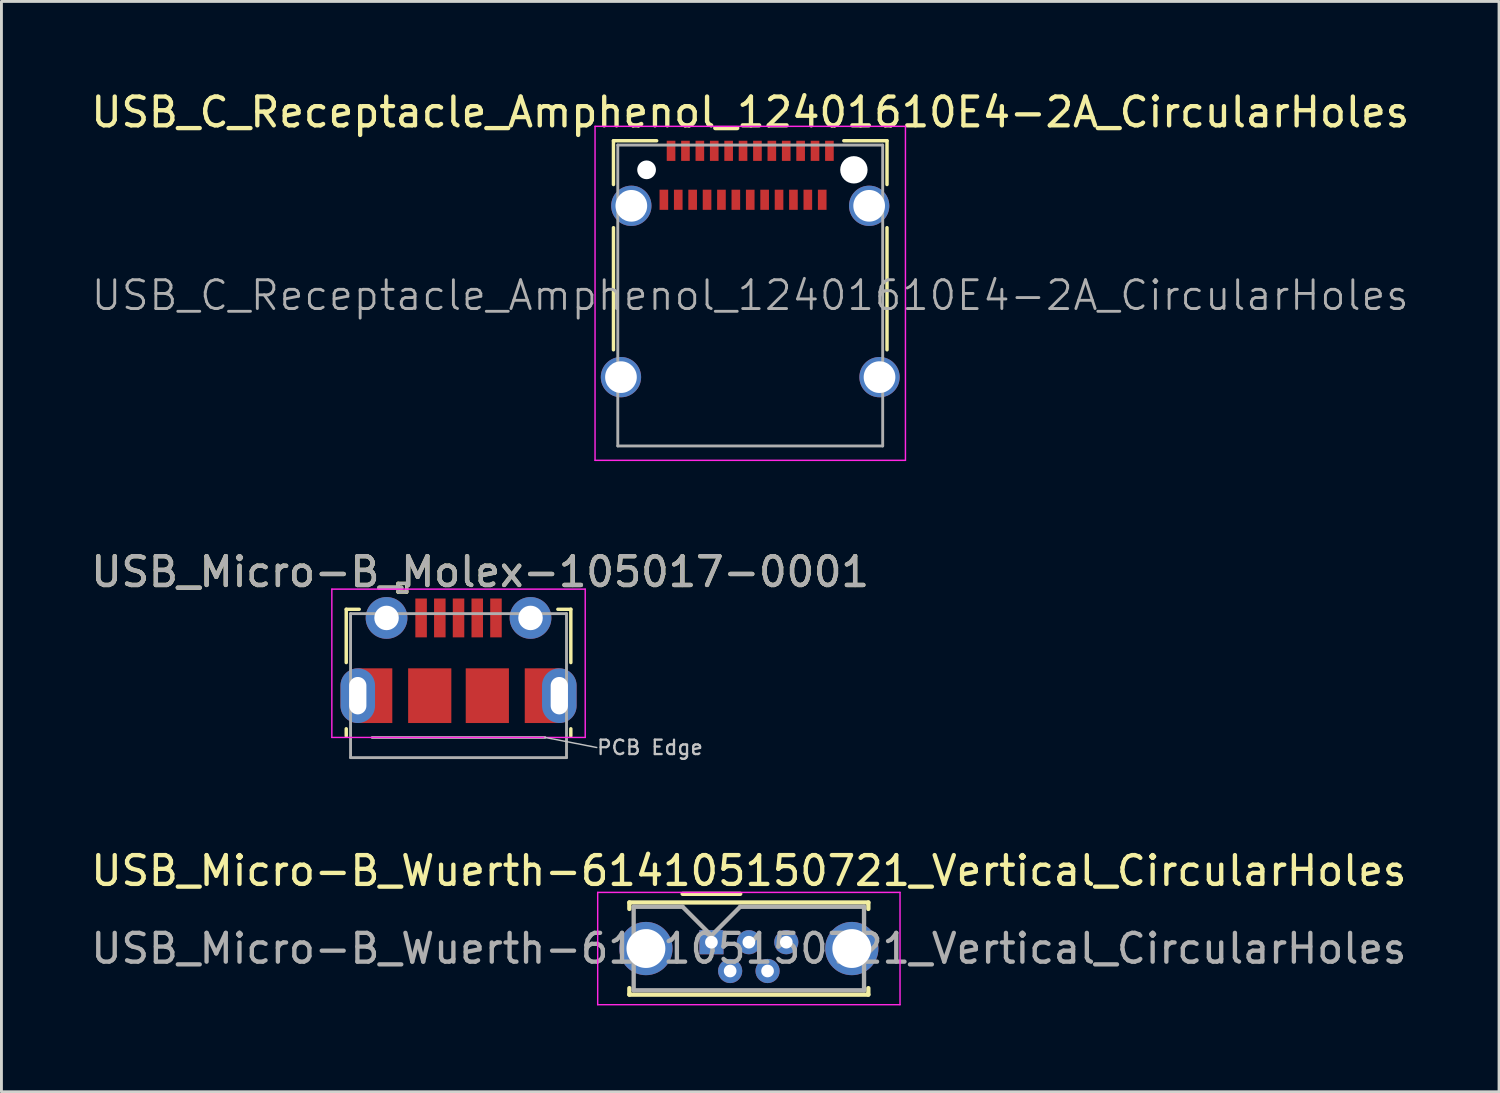
<source format=kicad_pcb>
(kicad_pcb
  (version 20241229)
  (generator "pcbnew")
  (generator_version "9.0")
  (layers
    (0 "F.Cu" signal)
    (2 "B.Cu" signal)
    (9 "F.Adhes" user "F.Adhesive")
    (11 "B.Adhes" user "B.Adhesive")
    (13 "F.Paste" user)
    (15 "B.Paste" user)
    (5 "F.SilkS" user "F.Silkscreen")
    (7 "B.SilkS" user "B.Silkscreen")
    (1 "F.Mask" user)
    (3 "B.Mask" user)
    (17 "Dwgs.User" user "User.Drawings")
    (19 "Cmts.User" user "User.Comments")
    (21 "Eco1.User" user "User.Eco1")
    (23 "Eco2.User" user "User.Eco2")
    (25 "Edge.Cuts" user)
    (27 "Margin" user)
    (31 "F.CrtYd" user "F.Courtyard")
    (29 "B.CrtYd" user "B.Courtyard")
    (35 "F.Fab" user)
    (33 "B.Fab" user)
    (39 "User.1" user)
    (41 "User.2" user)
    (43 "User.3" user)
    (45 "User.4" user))
  (footprint "USB_Micro-B_Wuerth-614105150721_Vertical_CircularHoles"
    (layer "F.Cu")
    (at 21.658 29.673)
    (property "Reference" "USB_Micro-B_Wuerth-614105150721_Vertical_CircularHoles" (at 1.3 -2.48 0) (layer "F.SilkS") (effects (font (size 1 1) (thickness 0.15))))
    (attr through_hole)
    (fp_line (start -2.85 -1.38) (end 5.45 -1.38) (stroke (width 0.15) (type solid)) (layer "F.SilkS"))
    (fp_line (start -2.85 -1.155) (end -2.85 -1.38) (stroke (width 0.15) (type solid)) (layer "F.SilkS"))
    (fp_line (start -2.85 1.595) (end -2.85 1.82) (stroke (width 0.15) (type solid)) (layer "F.SilkS"))
    (fp_line (start -2.85 1.82) (end 5.45 1.82) (stroke (width 0.15) (type solid)) (layer "F.SilkS"))
    (fp_line (start -1 -1.68) (end 1 -1.68) (stroke (width 0.15) (type solid)) (layer "F.SilkS"))
    (fp_line (start 5.45 -1.38) (end 5.45 -1.155) (stroke (width 0.15) (type solid)) (layer "F.SilkS"))
    (fp_line (start 5.45 1.82) (end 5.45 1.595) (stroke (width 0.15) (type solid)) (layer "F.SilkS"))
    (fp_line (start -3.95 -1.73) (end -3.95 2.17) (stroke (width 0.05) (type solid)) (layer "F.CrtYd"))
    (fp_line (start -3.95 2.17) (end 6.55 2.17) (stroke (width 0.05) (type solid)) (layer "F.CrtYd"))
    (fp_line (start 6.55 -1.73) (end -3.95 -1.73) (stroke (width 0.05) (type solid)) (layer "F.CrtYd"))
    (fp_line (start 6.55 2.17) (end 6.55 -1.73) (stroke (width 0.05) (type solid)) (layer "F.CrtYd"))
    (fp_line (start -2.7 -1.23) (end -1 -1.23) (stroke (width 0.15) (type solid)) (layer "F.Fab"))
    (fp_line (start -2.7 1.67) (end -2.7 -1.23) (stroke (width 0.15) (type solid)) (layer "F.Fab"))
    (fp_line (start -1 -1.23) (end 0 -0.23) (stroke (width 0.15) (type solid)) (layer "F.Fab"))
    (fp_line (start 0 -0.23) (end 1 -1.23) (stroke (width 0.15) (type solid)) (layer "F.Fab"))
    (fp_line (start 1 -1.23) (end 5.3 -1.23) (stroke (width 0.15) (type solid)) (layer "F.Fab"))
    (fp_line (start 5.3 -1.23) (end 5.3 1.67) (stroke (width 0.15) (type solid)) (layer "F.Fab"))
    (fp_line (start 5.3 1.67) (end -2.7 1.67) (stroke (width 0.15) (type solid)) (layer "F.Fab"))
    (fp_text user "${REFERENCE}" (at 1.3 0.22 0) (layer "F.Fab") (effects (font (size 1 1) (thickness 0.15))))
    (pad "1" thru_hole rect (at 0 0) (size 0.84 0.84) (drill 0.44) (layers "*.Cu" "*.Mask"))
    (pad "2" thru_hole circle (at 0.65 1) (size 0.84 0.84) (drill 0.44) (layers "*.Cu" "*.Mask"))
    (pad "3" thru_hole circle (at 1.3 0) (size 0.84 0.84) (drill 0.44) (layers "*.Cu" "*.Mask"))
    (pad "4" thru_hole circle (at 1.95 1) (size 0.84 0.84) (drill 0.44) (layers "*.Cu" "*.Mask"))
    (pad "5" thru_hole circle (at 2.6 0) (size 0.84 0.84) (drill 0.44) (layers "*.Cu" "*.Mask"))
    (pad "6" thru_hole circle (at -2.275 0.22) (size 1.85 1.85) (drill 1.35) (layers "*.Cu" "*.Mask"))
    (pad "6" thru_hole circle (at 4.875 0.22) (size 1.85 1.85) (drill 1.35) (layers "*.Cu" "*.Mask")))
  (footprint "USB_C_Receptacle_Amphenol_12401610E4-2A_CircularHoles"
    (layer "F.Cu")
    (at 23.006 7.208)
    (property "Reference" "USB_C_Receptacle_Amphenol_12401610E4-2A_CircularHoles" (at 0 -6.36 0) (layer "F.SilkS") (effects (font (size 1 1) (thickness 0.15))))
    (attr smd)
    (fp_line (start -4.75 -5.37) (end -4.75 -3.85) (stroke (width 0.12) (type solid)) (layer "F.SilkS"))
    (fp_line (start -4.75 -5.37) (end -3.25 -5.37) (stroke (width 0.12) (type solid)) (layer "F.SilkS"))
    (fp_line (start -4.75 -2.35) (end -4.75 1.89) (stroke (width 0.12) (type solid)) (layer "F.SilkS"))
    (fp_line (start 3.25 -5.37) (end 4.75 -5.37) (stroke (width 0.12) (type solid)) (layer "F.SilkS"))
    (fp_line (start 4.75 -5.37) (end 4.75 -3.85) (stroke (width 0.12) (type solid)) (layer "F.SilkS"))
    (fp_line (start 4.75 -2.35) (end 4.75 1.89) (stroke (width 0.12) (type solid)) (layer "F.SilkS"))
    (fp_line (start -5.39 -5.87) (end 5.39 -5.87) (stroke (width 0.05) (type solid)) (layer "F.CrtYd"))
    (fp_line (start -5.39 5.73) (end -5.39 -5.87) (stroke (width 0.05) (type solid)) (layer "F.CrtYd"))
    (fp_line (start 5.39 -5.87) (end 5.39 5.73) (stroke (width 0.05) (type solid)) (layer "F.CrtYd"))
    (fp_line (start 5.39 5.73) (end -5.39 5.73) (stroke (width 0.05) (type solid)) (layer "F.CrtYd"))
    (fp_line (start -4.6 -5.22) (end 4.6 -5.22) (stroke (width 0.1) (type solid)) (layer "F.Fab"))
    (fp_line (start -4.6 5.23) (end -4.6 -5.22) (stroke (width 0.1) (type solid)) (layer "F.Fab"))
    (fp_line (start -4.6 5.23) (end 4.6 5.23) (stroke (width 0.1) (type solid)) (layer "F.Fab"))
    (fp_line (start 4.6 5.23) (end 4.6 -5.22) (stroke (width 0.1) (type solid)) (layer "F.Fab"))
    (fp_text user "${REFERENCE}" (at 0 0 0) (layer "F.Fab") (effects (font (size 1 1) (thickness 0.1))))
    (pad "" np_thru_hole circle (at -3.6 -4.36) (size 0.65 0.65) (drill 0.65) (layers "*.Cu" "*.Mask"))
    (pad "" np_thru_hole circle (at 3.6 -4.36) (size 0.95 0.95) (drill 0.95) (layers "*.Cu" "*.Mask"))
    (pad "A1" smd rect (at -2.75 -5.02) (size 0.3 0.7) (layers "F.Cu" "F.Mask" "F.Paste"))
    (pad "A2" smd rect (at -2.25 -5.02) (size 0.3 0.7) (layers "F.Cu" "F.Mask" "F.Paste"))
    (pad "A3" smd rect (at -1.75 -5.02) (size 0.3 0.7) (layers "F.Cu" "F.Mask" "F.Paste"))
    (pad "A4" smd rect (at -1.25 -5.02) (size 0.3 0.7) (layers "F.Cu" "F.Mask" "F.Paste"))
    (pad "A5" smd rect (at -0.75 -5.02) (size 0.3 0.7) (layers "F.Cu" "F.Mask" "F.Paste"))
    (pad "A6" smd rect (at -0.25 -5.02) (size 0.3 0.7) (layers "F.Cu" "F.Mask" "F.Paste"))
    (pad "A7" smd rect (at 0.25 -5.02) (size 0.3 0.7) (layers "F.Cu" "F.Mask" "F.Paste"))
    (pad "A8" smd rect (at 0.75 -5.02) (size 0.3 0.7) (layers "F.Cu" "F.Mask" "F.Paste"))
    (pad "A9" smd rect (at 1.25 -5.02) (size 0.3 0.7) (layers "F.Cu" "F.Mask" "F.Paste"))
    (pad "A10" smd rect (at 1.75 -5.02) (size 0.3 0.7) (layers "F.Cu" "F.Mask" "F.Paste"))
    (pad "A11" smd rect (at 2.25 -5.02) (size 0.3 0.7) (layers "F.Cu" "F.Mask" "F.Paste"))
    (pad "A12" smd rect (at 2.75 -5.02) (size 0.3 0.7) (layers "F.Cu" "F.Mask" "F.Paste"))
    (pad "B1" smd rect (at 2.5 -3.32) (size 0.3 0.7) (layers "F.Cu" "F.Mask" "F.Paste"))
    (pad "B2" smd rect (at 2 -3.32) (size 0.3 0.7) (layers "F.Cu" "F.Mask" "F.Paste"))
    (pad "B3" smd rect (at 1.5 -3.32) (size 0.3 0.7) (layers "F.Cu" "F.Mask" "F.Paste"))
    (pad "B4" smd rect (at 1 -3.32) (size 0.3 0.7) (layers "F.Cu" "F.Mask" "F.Paste"))
    (pad "B5" smd rect (at 0.5 -3.32) (size 0.3 0.7) (layers "F.Cu" "F.Mask" "F.Paste"))
    (pad "B6" smd rect (at 0 -3.32) (size 0.3 0.7) (layers "F.Cu" "F.Mask" "F.Paste"))
    (pad "B7" smd rect (at -0.5 -3.32) (size 0.3 0.7) (layers "F.Cu" "F.Mask" "F.Paste"))
    (pad "B8" smd rect (at -1 -3.32) (size 0.3 0.7) (layers "F.Cu" "F.Mask" "F.Paste"))
    (pad "B9" smd rect (at -1.5 -3.32) (size 0.3 0.7) (layers "F.Cu" "F.Mask" "F.Paste"))
    (pad "B10" smd rect (at -2 -3.32) (size 0.3 0.7) (layers "F.Cu" "F.Mask" "F.Paste"))
    (pad "B11" smd rect (at -2.5 -3.32) (size 0.3 0.7) (layers "F.Cu" "F.Mask" "F.Paste"))
    (pad "B12" smd rect (at -3 -3.32) (size 0.3 0.7) (layers "F.Cu" "F.Mask" "F.Paste"))
    (pad "S1" thru_hole circle (at -4.49 2.84) (size 1.4 1.4) (drill 1.1) (layers "*.Cu" "*.Mask"))
    (pad "S1" thru_hole circle (at -4.13 -3.11) (size 1.4 1.4) (drill 1.1) (layers "*.Cu" "*.Mask"))
    (pad "S1" thru_hole circle (at 4.13 -3.11) (size 1.4 1.4) (drill 1.1) (layers "*.Cu" "*.Mask"))
    (pad "S1" thru_hole circle (at 4.49 2.84) (size 1.4 1.4) (drill 1.1) (layers "*.Cu" "*.Mask")))
  (footprint "USB_Micro-B_Molex-105017-0001"
    (layer "F.Cu")
    (at 12.875 19.611)
    (property "Reference" "USB_Micro-B_Molex-105017-0001" (at 0.75 -2.8 0) (layer "F.SilkS") (effects (font (size 1 1) (thickness 0.15))))
    (attr smd)
    (fp_line (start -3.9 -1.5) (end -3.45 -1.5) (stroke (width 0.12) (type solid)) (layer "F.SilkS"))
    (fp_line (start -3.9 0.35) (end -3.9 -1.5) (stroke (width 0.12) (type solid)) (layer "F.SilkS"))
    (fp_line (start -3.9 2.9) (end -3.9 2.65) (stroke (width 0.12) (type solid)) (layer "F.SilkS"))
    (fp_line (start -2.1 -2.4) (end -1.8 -2.4) (stroke (width 0.12) (type solid)) (layer "F.SilkS"))
    (fp_line (start -2.1 -2.1) (end -2.1 -2.4) (stroke (width 0.12) (type solid)) (layer "F.SilkS"))
    (fp_line (start -1.8 -2.4) (end -1.8 -2.1) (stroke (width 0.12) (type solid)) (layer "F.SilkS"))
    (fp_line (start -1.8 -2.1) (end -2.1 -2.1) (stroke (width 0.12) (type solid)) (layer "F.SilkS"))
    (fp_line (start 3.9 -1.5) (end 3.45 -1.5) (stroke (width 0.12) (type solid)) (layer "F.SilkS"))
    (fp_line (start 3.9 0.35) (end 3.9 -1.5) (stroke (width 0.12) (type solid)) (layer "F.SilkS"))
    (fp_line (start 3.9 2.9) (end 3.9 2.65) (stroke (width 0.12) (type solid)) (layer "F.SilkS"))
    (fp_line (start 3 2.95) (end 4.8 3.3) (stroke (width 0.05) (type solid)) (layer "Dwgs.User"))
    (fp_line (start -4.4 -2.2) (end 4.4 -2.2) (stroke (width 0.05) (type solid)) (layer "F.CrtYd"))
    (fp_line (start -4.4 2.95) (end -4.4 -2.2) (stroke (width 0.05) (type solid)) (layer "F.CrtYd"))
    (fp_line (start -4.4 2.95) (end 4.4 2.95) (stroke (width 0.05) (type solid)) (layer "F.CrtYd"))
    (fp_line (start 4.4 -2.2) (end 4.4 2.95) (stroke (width 0.05) (type solid)) (layer "F.CrtYd"))
    (fp_line (start -3.75 -1.35) (end 3.75 -1.35) (stroke (width 0.1) (type solid)) (layer "F.Fab"))
    (fp_line (start -3.75 3.65) (end -3.75 -1.35) (stroke (width 0.1) (type solid)) (layer "F.Fab"))
    (fp_line (start -3.75 3.652) (end 3.75 3.652) (stroke (width 0.1) (type solid)) (layer "F.Fab"))
    (fp_line (start -3 2.952) (end 3 2.952) (stroke (width 0.1) (type solid)) (layer "F.Fab"))
    (fp_line (start -2.1 -2.4) (end -1.8 -2.4) (stroke (width 0.1) (type solid)) (layer "F.Fab"))
    (fp_line (start -2.1 -2.1) (end -2.1 -2.4) (stroke (width 0.1) (type solid)) (layer "F.Fab"))
    (fp_line (start -2 -2.1) (end -2.1 -2.1) (stroke (width 0.1) (type solid)) (layer "F.Fab"))
    (fp_line (start -1.8 -2.4) (end -1.8 -2.1) (stroke (width 0.1) (type solid)) (layer "F.Fab"))
    (fp_line (start -1.8 -2.1) (end -2 -2.1) (stroke (width 0.1) (type solid)) (layer "F.Fab"))
    (fp_line (start 3.75 3.65) (end 3.75 -1.35) (stroke (width 0.1) (type solid)) (layer "F.Fab"))
    (fp_text user "PCB Edge" (at 6.65 3.3 0) (layer "Dwgs.User") (effects (font (size 0.5 0.5) (thickness 0.08))))
    (fp_text user "${REFERENCE}" (at 0.75 -2.8 0) (layer "F.Fab") (effects (font (size 1 1) (thickness 0.15))))
    (pad "1" smd rect (at -1.3 -1.2) (size 0.4 1.35) (layers "F.Cu" "F.Mask" "F.Paste"))
    (pad "2" smd rect (at -0.65 -1.2) (size 0.4 1.35) (layers "F.Cu" "F.Mask" "F.Paste"))
    (pad "3" smd rect (at 0 -1.2) (size 0.4 1.35) (layers "F.Cu" "F.Mask" "F.Paste"))
    (pad "4" smd rect (at 0.65 -1.2) (size 0.4 1.35) (layers "F.Cu" "F.Mask" "F.Paste"))
    (pad "5" smd rect (at 1.3 -1.2) (size 0.4 1.35) (layers "F.Cu" "F.Mask" "F.Paste"))
    (pad "6" thru_hole oval (at -3.5 1.5 180) (size 1.2 1.9) (drill oval 0.6 1.3) (layers "*.Cu" "*.Mask"))
    (pad "6" smd rect (at -2.9 1.5) (size 1.2 1.9) (layers "F.Cu" "F.Mask"))
    (pad "6" thru_hole circle (at -2.5 -1.2) (size 1.45 1.45) (drill 0.85) (layers "*.Cu" "*.Mask"))
    (pad "6" smd rect (at -1 1.5) (size 1.5 1.9) (layers "F.Cu" "F.Mask" "F.Paste"))
    (pad "6" smd rect (at 1 1.5) (size 1.5 1.9) (layers "F.Cu" "F.Mask" "F.Paste"))
    (pad "6" thru_hole circle (at 2.5 -1.2) (size 1.45 1.45) (drill 0.85) (layers "*.Cu" "*.Mask"))
    (pad "6" smd rect (at 2.9 1.5) (size 1.2 1.9) (layers "F.Cu" "F.Mask"))
    (pad "6" thru_hole oval (at 3.5 1.5) (size 1.2 1.9) (drill oval 0.6 1.3) (layers "*.Cu" "*.Mask")))
  (gr_rect
    (start -3 -3)
    (end 49.012 34.868)
    (stroke (width 0.1) (type default))
    (fill no)
    (layer "Edge.Cuts")))
</source>
